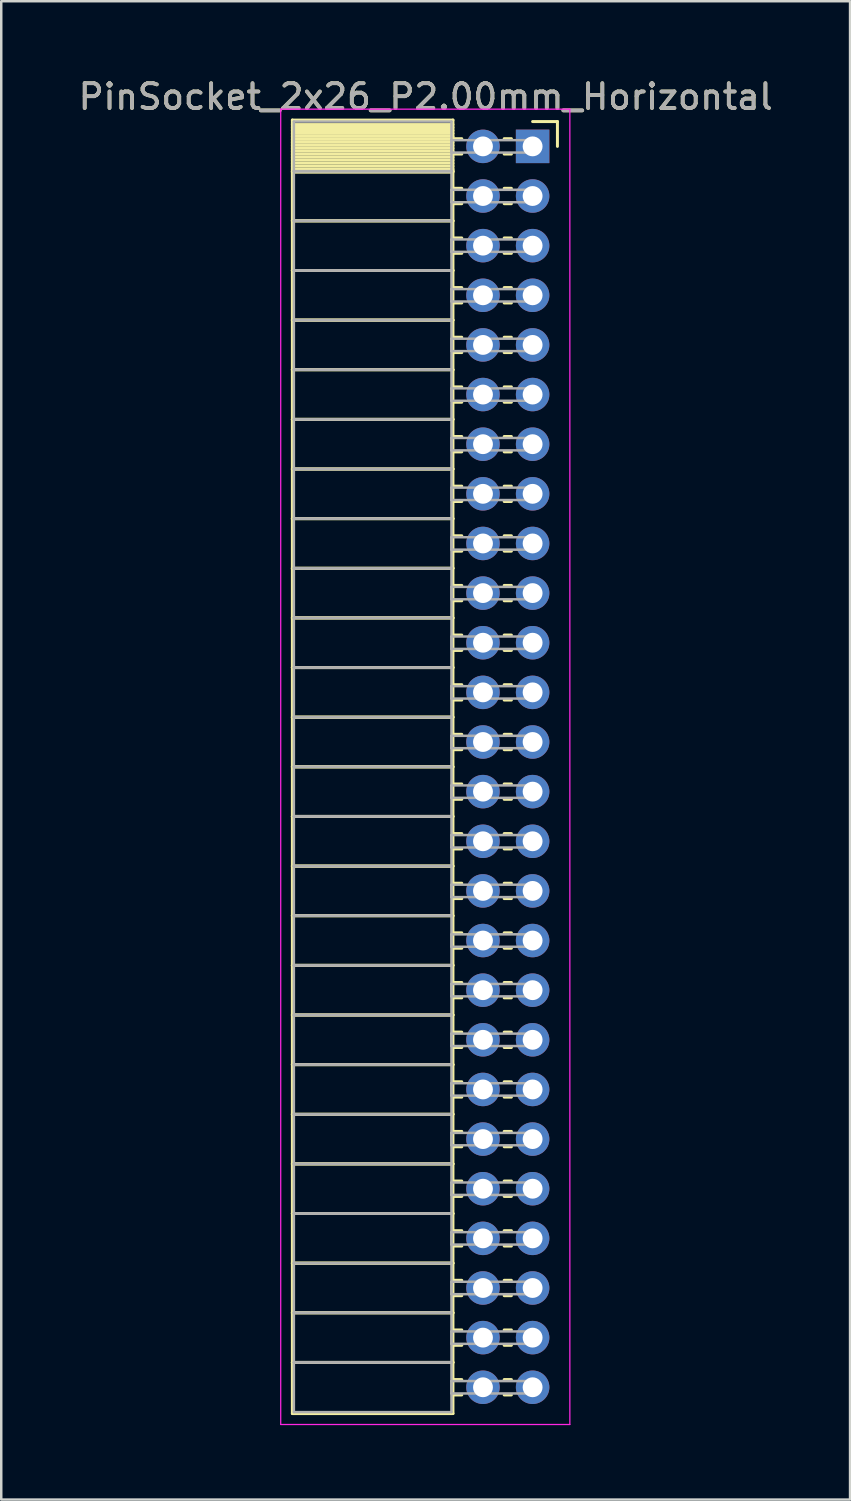
<source format=kicad_pcb>
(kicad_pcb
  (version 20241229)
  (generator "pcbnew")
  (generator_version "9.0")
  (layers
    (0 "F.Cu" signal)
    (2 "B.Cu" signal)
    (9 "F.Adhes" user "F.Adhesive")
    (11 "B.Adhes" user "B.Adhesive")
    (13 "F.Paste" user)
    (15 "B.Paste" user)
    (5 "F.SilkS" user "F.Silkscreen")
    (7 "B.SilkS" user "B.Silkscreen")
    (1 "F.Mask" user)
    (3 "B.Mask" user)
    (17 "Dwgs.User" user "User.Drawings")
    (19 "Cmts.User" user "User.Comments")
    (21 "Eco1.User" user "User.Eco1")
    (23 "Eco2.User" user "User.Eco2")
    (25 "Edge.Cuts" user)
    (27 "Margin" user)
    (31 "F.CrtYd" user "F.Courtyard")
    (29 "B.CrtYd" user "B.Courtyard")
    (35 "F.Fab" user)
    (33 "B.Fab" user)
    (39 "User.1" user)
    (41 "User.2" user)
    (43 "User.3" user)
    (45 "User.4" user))
  (footprint "PinSocket_2x26_P2.00mm_Horizontal"
    (layer "F.Cu")
    (at 18.411 2.848)
    (property "Reference" "PinSocket_2x26_P2.00mm_Horizontal" (at -4.31 -2 0) (layer "F.SilkS") (effects (font (size 1 1) (thickness 0.15))))
    (attr through_hole)
    (fp_line (start -9.68 -1.06) (end -3.21 -1.06) (stroke (width 0.12) (type solid)) (layer "F.SilkS"))
    (fp_line (start -9.68 1) (end -9.68 -1.06) (stroke (width 0.12) (type solid)) (layer "F.SilkS"))
    (fp_line (start -9.68 1) (end -3.21 1) (stroke (width 0.12) (type solid)) (layer "F.SilkS"))
    (fp_line (start -9.68 3) (end -9.68 1) (stroke (width 0.12) (type solid)) (layer "F.SilkS"))
    (fp_line (start -9.68 3) (end -3.21 3) (stroke (width 0.12) (type solid)) (layer "F.SilkS"))
    (fp_line (start -9.68 5) (end -9.68 3) (stroke (width 0.12) (type solid)) (layer "F.SilkS"))
    (fp_line (start -9.68 5) (end -3.21 5) (stroke (width 0.12) (type solid)) (layer "F.SilkS"))
    (fp_line (start -9.68 7) (end -9.68 5) (stroke (width 0.12) (type solid)) (layer "F.SilkS"))
    (fp_line (start -9.68 7) (end -3.21 7) (stroke (width 0.12) (type solid)) (layer "F.SilkS"))
    (fp_line (start -9.68 9) (end -9.68 7) (stroke (width 0.12) (type solid)) (layer "F.SilkS"))
    (fp_line (start -9.68 9) (end -3.21 9) (stroke (width 0.12) (type solid)) (layer "F.SilkS"))
    (fp_line (start -9.68 11) (end -9.68 9) (stroke (width 0.12) (type solid)) (layer "F.SilkS"))
    (fp_line (start -9.68 11) (end -3.21 11) (stroke (width 0.12) (type solid)) (layer "F.SilkS"))
    (fp_line (start -9.68 13) (end -9.68 11) (stroke (width 0.12) (type solid)) (layer "F.SilkS"))
    (fp_line (start -9.68 13) (end -3.21 13) (stroke (width 0.12) (type solid)) (layer "F.SilkS"))
    (fp_line (start -9.68 15) (end -9.68 13) (stroke (width 0.12) (type solid)) (layer "F.SilkS"))
    (fp_line (start -9.68 15) (end -3.21 15) (stroke (width 0.12) (type solid)) (layer "F.SilkS"))
    (fp_line (start -9.68 17) (end -9.68 15) (stroke (width 0.12) (type solid)) (layer "F.SilkS"))
    (fp_line (start -9.68 17) (end -3.21 17) (stroke (width 0.12) (type solid)) (layer "F.SilkS"))
    (fp_line (start -9.68 19) (end -9.68 17) (stroke (width 0.12) (type solid)) (layer "F.SilkS"))
    (fp_line (start -9.68 19) (end -3.21 19) (stroke (width 0.12) (type solid)) (layer "F.SilkS"))
    (fp_line (start -9.68 21) (end -9.68 19) (stroke (width 0.12) (type solid)) (layer "F.SilkS"))
    (fp_line (start -9.68 21) (end -3.21 21) (stroke (width 0.12) (type solid)) (layer "F.SilkS"))
    (fp_line (start -9.68 23) (end -9.68 21) (stroke (width 0.12) (type solid)) (layer "F.SilkS"))
    (fp_line (start -9.68 23) (end -3.21 23) (stroke (width 0.12) (type solid)) (layer "F.SilkS"))
    (fp_line (start -9.68 25) (end -9.68 23) (stroke (width 0.12) (type solid)) (layer "F.SilkS"))
    (fp_line (start -9.68 25) (end -3.21 25) (stroke (width 0.12) (type solid)) (layer "F.SilkS"))
    (fp_line (start -9.68 27) (end -9.68 25) (stroke (width 0.12) (type solid)) (layer "F.SilkS"))
    (fp_line (start -9.68 27) (end -3.21 27) (stroke (width 0.12) (type solid)) (layer "F.SilkS"))
    (fp_line (start -9.68 29) (end -9.68 27) (stroke (width 0.12) (type solid)) (layer "F.SilkS"))
    (fp_line (start -9.68 29) (end -3.21 29) (stroke (width 0.12) (type solid)) (layer "F.SilkS"))
    (fp_line (start -9.68 31) (end -9.68 29) (stroke (width 0.12) (type solid)) (layer "F.SilkS"))
    (fp_line (start -9.68 31) (end -3.21 31) (stroke (width 0.12) (type solid)) (layer "F.SilkS"))
    (fp_line (start -9.68 33) (end -9.68 31) (stroke (width 0.12) (type solid)) (layer "F.SilkS"))
    (fp_line (start -9.68 33) (end -3.21 33) (stroke (width 0.12) (type solid)) (layer "F.SilkS"))
    (fp_line (start -9.68 35) (end -9.68 33) (stroke (width 0.12) (type solid)) (layer "F.SilkS"))
    (fp_line (start -9.68 35) (end -3.21 35) (stroke (width 0.12) (type solid)) (layer "F.SilkS"))
    (fp_line (start -9.68 37) (end -9.68 35) (stroke (width 0.12) (type solid)) (layer "F.SilkS"))
    (fp_line (start -9.68 37) (end -3.21 37) (stroke (width 0.12) (type solid)) (layer "F.SilkS"))
    (fp_line (start -9.68 39) (end -9.68 37) (stroke (width 0.12) (type solid)) (layer "F.SilkS"))
    (fp_line (start -9.68 39) (end -3.21 39) (stroke (width 0.12) (type solid)) (layer "F.SilkS"))
    (fp_line (start -9.68 41) (end -9.68 39) (stroke (width 0.12) (type solid)) (layer "F.SilkS"))
    (fp_line (start -9.68 41) (end -3.21 41) (stroke (width 0.12) (type solid)) (layer "F.SilkS"))
    (fp_line (start -9.68 43) (end -9.68 41) (stroke (width 0.12) (type solid)) (layer "F.SilkS"))
    (fp_line (start -9.68 43) (end -3.21 43) (stroke (width 0.12) (type solid)) (layer "F.SilkS"))
    (fp_line (start -9.68 45) (end -9.68 43) (stroke (width 0.12) (type solid)) (layer "F.SilkS"))
    (fp_line (start -9.68 45) (end -3.21 45) (stroke (width 0.12) (type solid)) (layer "F.SilkS"))
    (fp_line (start -9.68 47) (end -9.68 45) (stroke (width 0.12) (type solid)) (layer "F.SilkS"))
    (fp_line (start -9.68 47) (end -3.21 47) (stroke (width 0.12) (type solid)) (layer "F.SilkS"))
    (fp_line (start -9.68 49) (end -9.68 47) (stroke (width 0.12) (type solid)) (layer "F.SilkS"))
    (fp_line (start -9.68 49) (end -3.21 49) (stroke (width 0.12) (type solid)) (layer "F.SilkS"))
    (fp_line (start -9.68 51.06) (end -9.68 49) (stroke (width 0.12) (type solid)) (layer "F.SilkS"))
    (fp_line (start -3.21 -1.06) (end -3.21 1) (stroke (width 0.12) (type solid)) (layer "F.SilkS"))
    (fp_line (start -3.21 -0.88) (end -9.68 -0.88) (stroke (width 0.12) (type solid)) (layer "F.SilkS"))
    (fp_line (start -3.21 -0.76) (end -9.68 -0.76) (stroke (width 0.12) (type solid)) (layer "F.SilkS"))
    (fp_line (start -3.21 -0.64) (end -9.68 -0.64) (stroke (width 0.12) (type solid)) (layer "F.SilkS"))
    (fp_line (start -3.21 -0.52) (end -9.68 -0.52) (stroke (width 0.12) (type solid)) (layer "F.SilkS"))
    (fp_line (start -3.21 -0.4) (end -9.68 -0.4) (stroke (width 0.12) (type solid)) (layer "F.SilkS"))
    (fp_line (start -3.21 -0.28) (end -9.68 -0.28) (stroke (width 0.12) (type solid)) (layer "F.SilkS"))
    (fp_line (start -3.21 -0.16) (end -9.68 -0.16) (stroke (width 0.12) (type solid)) (layer "F.SilkS"))
    (fp_line (start -3.21 -0.04) (end -9.68 -0.04) (stroke (width 0.12) (type solid)) (layer "F.SilkS"))
    (fp_line (start -3.21 0.08) (end -9.68 0.08) (stroke (width 0.12) (type solid)) (layer "F.SilkS"))
    (fp_line (start -3.21 0.2) (end -9.68 0.2) (stroke (width 0.12) (type solid)) (layer "F.SilkS"))
    (fp_line (start -3.21 0.32) (end -9.68 0.32) (stroke (width 0.12) (type solid)) (layer "F.SilkS"))
    (fp_line (start -3.21 0.44) (end -9.68 0.44) (stroke (width 0.12) (type solid)) (layer "F.SilkS"))
    (fp_line (start -3.21 0.56) (end -9.68 0.56) (stroke (width 0.12) (type solid)) (layer "F.SilkS"))
    (fp_line (start -3.21 0.68) (end -9.68 0.68) (stroke (width 0.12) (type solid)) (layer "F.SilkS"))
    (fp_line (start -3.21 0.8) (end -9.68 0.8) (stroke (width 0.12) (type solid)) (layer "F.SilkS"))
    (fp_line (start -3.21 0.92) (end -9.68 0.92) (stroke (width 0.12) (type solid)) (layer "F.SilkS"))
    (fp_line (start -3.21 1) (end -9.68 1) (stroke (width 0.12) (type solid)) (layer "F.SilkS"))
    (fp_line (start -3.21 1) (end -3.21 3) (stroke (width 0.12) (type solid)) (layer "F.SilkS"))
    (fp_line (start -3.21 1.04) (end -9.68 1.04) (stroke (width 0.12) (type solid)) (layer "F.SilkS"))
    (fp_line (start -3.21 3) (end -9.68 3) (stroke (width 0.12) (type solid)) (layer "F.SilkS"))
    (fp_line (start -3.21 3) (end -3.21 5) (stroke (width 0.12) (type solid)) (layer "F.SilkS"))
    (fp_line (start -3.21 5) (end -9.68 5) (stroke (width 0.12) (type solid)) (layer "F.SilkS"))
    (fp_line (start -3.21 5) (end -3.21 7) (stroke (width 0.12) (type solid)) (layer "F.SilkS"))
    (fp_line (start -3.21 7) (end -9.68 7) (stroke (width 0.12) (type solid)) (layer "F.SilkS"))
    (fp_line (start -3.21 7) (end -3.21 9) (stroke (width 0.12) (type solid)) (layer "F.SilkS"))
    (fp_line (start -3.21 9) (end -9.68 9) (stroke (width 0.12) (type solid)) (layer "F.SilkS"))
    (fp_line (start -3.21 9) (end -3.21 11) (stroke (width 0.12) (type solid)) (layer "F.SilkS"))
    (fp_line (start -3.21 11) (end -9.68 11) (stroke (width 0.12) (type solid)) (layer "F.SilkS"))
    (fp_line (start -3.21 11) (end -3.21 13) (stroke (width 0.12) (type solid)) (layer "F.SilkS"))
    (fp_line (start -3.21 13) (end -9.68 13) (stroke (width 0.12) (type solid)) (layer "F.SilkS"))
    (fp_line (start -3.21 13) (end -3.21 15) (stroke (width 0.12) (type solid)) (layer "F.SilkS"))
    (fp_line (start -3.21 15) (end -9.68 15) (stroke (width 0.12) (type solid)) (layer "F.SilkS"))
    (fp_line (start -3.21 15) (end -3.21 17) (stroke (width 0.12) (type solid)) (layer "F.SilkS"))
    (fp_line (start -3.21 17) (end -9.68 17) (stroke (width 0.12) (type solid)) (layer "F.SilkS"))
    (fp_line (start -3.21 17) (end -3.21 19) (stroke (width 0.12) (type solid)) (layer "F.SilkS"))
    (fp_line (start -3.21 19) (end -9.68 19) (stroke (width 0.12) (type solid)) (layer "F.SilkS"))
    (fp_line (start -3.21 19) (end -3.21 21) (stroke (width 0.12) (type solid)) (layer "F.SilkS"))
    (fp_line (start -3.21 21) (end -9.68 21) (stroke (width 0.12) (type solid)) (layer "F.SilkS"))
    (fp_line (start -3.21 21) (end -3.21 23) (stroke (width 0.12) (type solid)) (layer "F.SilkS"))
    (fp_line (start -3.21 23) (end -9.68 23) (stroke (width 0.12) (type solid)) (layer "F.SilkS"))
    (fp_line (start -3.21 23) (end -3.21 25) (stroke (width 0.12) (type solid)) (layer "F.SilkS"))
    (fp_line (start -3.21 25) (end -9.68 25) (stroke (width 0.12) (type solid)) (layer "F.SilkS"))
    (fp_line (start -3.21 25) (end -3.21 27) (stroke (width 0.12) (type solid)) (layer "F.SilkS"))
    (fp_line (start -3.21 27) (end -9.68 27) (stroke (width 0.12) (type solid)) (layer "F.SilkS"))
    (fp_line (start -3.21 27) (end -3.21 29) (stroke (width 0.12) (type solid)) (layer "F.SilkS"))
    (fp_line (start -3.21 29) (end -9.68 29) (stroke (width 0.12) (type solid)) (layer "F.SilkS"))
    (fp_line (start -3.21 29) (end -3.21 31) (stroke (width 0.12) (type solid)) (layer "F.SilkS"))
    (fp_line (start -3.21 31) (end -9.68 31) (stroke (width 0.12) (type solid)) (layer "F.SilkS"))
    (fp_line (start -3.21 31) (end -3.21 33) (stroke (width 0.12) (type solid)) (layer "F.SilkS"))
    (fp_line (start -3.21 33) (end -9.68 33) (stroke (width 0.12) (type solid)) (layer "F.SilkS"))
    (fp_line (start -3.21 33) (end -3.21 35) (stroke (width 0.12) (type solid)) (layer "F.SilkS"))
    (fp_line (start -3.21 35) (end -9.68 35) (stroke (width 0.12) (type solid)) (layer "F.SilkS"))
    (fp_line (start -3.21 35) (end -3.21 37) (stroke (width 0.12) (type solid)) (layer "F.SilkS"))
    (fp_line (start -3.21 37) (end -9.68 37) (stroke (width 0.12) (type solid)) (layer "F.SilkS"))
    (fp_line (start -3.21 37) (end -3.21 39) (stroke (width 0.12) (type solid)) (layer "F.SilkS"))
    (fp_line (start -3.21 39) (end -9.68 39) (stroke (width 0.12) (type solid)) (layer "F.SilkS"))
    (fp_line (start -3.21 39) (end -3.21 41) (stroke (width 0.12) (type solid)) (layer "F.SilkS"))
    (fp_line (start -3.21 41) (end -9.68 41) (stroke (width 0.12) (type solid)) (layer "F.SilkS"))
    (fp_line (start -3.21 41) (end -3.21 43) (stroke (width 0.12) (type solid)) (layer "F.SilkS"))
    (fp_line (start -3.21 43) (end -9.68 43) (stroke (width 0.12) (type solid)) (layer "F.SilkS"))
    (fp_line (start -3.21 43) (end -3.21 45) (stroke (width 0.12) (type solid)) (layer "F.SilkS"))
    (fp_line (start -3.21 45) (end -9.68 45) (stroke (width 0.12) (type solid)) (layer "F.SilkS"))
    (fp_line (start -3.21 45) (end -3.21 47) (stroke (width 0.12) (type solid)) (layer "F.SilkS"))
    (fp_line (start -3.21 47) (end -9.68 47) (stroke (width 0.12) (type solid)) (layer "F.SilkS"))
    (fp_line (start -3.21 47) (end -3.21 49) (stroke (width 0.12) (type solid)) (layer "F.SilkS"))
    (fp_line (start -3.21 49) (end -9.68 49) (stroke (width 0.12) (type solid)) (layer "F.SilkS"))
    (fp_line (start -3.21 49) (end -3.21 51.06) (stroke (width 0.12) (type solid)) (layer "F.SilkS"))
    (fp_line (start -3.21 51.06) (end -9.68 51.06) (stroke (width 0.12) (type solid)) (layer "F.SilkS"))
    (fp_line (start -2.855 -0.31) (end -3.21 -0.31) (stroke (width 0.12) (type solid)) (layer "F.SilkS"))
    (fp_line (start -2.855 0.31) (end -3.21 0.31) (stroke (width 0.12) (type solid)) (layer "F.SilkS"))
    (fp_line (start -2.855 1.69) (end -3.21 1.69) (stroke (width 0.12) (type solid)) (layer "F.SilkS"))
    (fp_line (start -2.855 2.31) (end -3.21 2.31) (stroke (width 0.12) (type solid)) (layer "F.SilkS"))
    (fp_line (start -2.855 3.69) (end -3.21 3.69) (stroke (width 0.12) (type solid)) (layer "F.SilkS"))
    (fp_line (start -2.855 4.31) (end -3.21 4.31) (stroke (width 0.12) (type solid)) (layer "F.SilkS"))
    (fp_line (start -2.855 5.69) (end -3.21 5.69) (stroke (width 0.12) (type solid)) (layer "F.SilkS"))
    (fp_line (start -2.855 6.31) (end -3.21 6.31) (stroke (width 0.12) (type solid)) (layer "F.SilkS"))
    (fp_line (start -2.855 7.69) (end -3.21 7.69) (stroke (width 0.12) (type solid)) (layer "F.SilkS"))
    (fp_line (start -2.855 8.31) (end -3.21 8.31) (stroke (width 0.12) (type solid)) (layer "F.SilkS"))
    (fp_line (start -2.855 9.69) (end -3.21 9.69) (stroke (width 0.12) (type solid)) (layer "F.SilkS"))
    (fp_line (start -2.855 10.31) (end -3.21 10.31) (stroke (width 0.12) (type solid)) (layer "F.SilkS"))
    (fp_line (start -2.855 11.69) (end -3.21 11.69) (stroke (width 0.12) (type solid)) (layer "F.SilkS"))
    (fp_line (start -2.855 12.31) (end -3.21 12.31) (stroke (width 0.12) (type solid)) (layer "F.SilkS"))
    (fp_line (start -2.855 13.69) (end -3.21 13.69) (stroke (width 0.12) (type solid)) (layer "F.SilkS"))
    (fp_line (start -2.855 14.31) (end -3.21 14.31) (stroke (width 0.12) (type solid)) (layer "F.SilkS"))
    (fp_line (start -2.855 15.69) (end -3.21 15.69) (stroke (width 0.12) (type solid)) (layer "F.SilkS"))
    (fp_line (start -2.855 16.31) (end -3.21 16.31) (stroke (width 0.12) (type solid)) (layer "F.SilkS"))
    (fp_line (start -2.855 17.69) (end -3.21 17.69) (stroke (width 0.12) (type solid)) (layer "F.SilkS"))
    (fp_line (start -2.855 18.31) (end -3.21 18.31) (stroke (width 0.12) (type solid)) (layer "F.SilkS"))
    (fp_line (start -2.855 19.69) (end -3.21 19.69) (stroke (width 0.12) (type solid)) (layer "F.SilkS"))
    (fp_line (start -2.855 20.31) (end -3.21 20.31) (stroke (width 0.12) (type solid)) (layer "F.SilkS"))
    (fp_line (start -2.855 21.69) (end -3.21 21.69) (stroke (width 0.12) (type solid)) (layer "F.SilkS"))
    (fp_line (start -2.855 22.31) (end -3.21 22.31) (stroke (width 0.12) (type solid)) (layer "F.SilkS"))
    (fp_line (start -2.855 23.69) (end -3.21 23.69) (stroke (width 0.12) (type solid)) (layer "F.SilkS"))
    (fp_line (start -2.855 24.31) (end -3.21 24.31) (stroke (width 0.12) (type solid)) (layer "F.SilkS"))
    (fp_line (start -2.855 25.69) (end -3.21 25.69) (stroke (width 0.12) (type solid)) (layer "F.SilkS"))
    (fp_line (start -2.855 26.31) (end -3.21 26.31) (stroke (width 0.12) (type solid)) (layer "F.SilkS"))
    (fp_line (start -2.855 27.69) (end -3.21 27.69) (stroke (width 0.12) (type solid)) (layer "F.SilkS"))
    (fp_line (start -2.855 28.31) (end -3.21 28.31) (stroke (width 0.12) (type solid)) (layer "F.SilkS"))
    (fp_line (start -2.855 29.69) (end -3.21 29.69) (stroke (width 0.12) (type solid)) (layer "F.SilkS"))
    (fp_line (start -2.855 30.31) (end -3.21 30.31) (stroke (width 0.12) (type solid)) (layer "F.SilkS"))
    (fp_line (start -2.855 31.69) (end -3.21 31.69) (stroke (width 0.12) (type solid)) (layer "F.SilkS"))
    (fp_line (start -2.855 32.31) (end -3.21 32.31) (stroke (width 0.12) (type solid)) (layer "F.SilkS"))
    (fp_line (start -2.855 33.69) (end -3.21 33.69) (stroke (width 0.12) (type solid)) (layer "F.SilkS"))
    (fp_line (start -2.855 34.31) (end -3.21 34.31) (stroke (width 0.12) (type solid)) (layer "F.SilkS"))
    (fp_line (start -2.855 35.69) (end -3.21 35.69) (stroke (width 0.12) (type solid)) (layer "F.SilkS"))
    (fp_line (start -2.855 36.31) (end -3.21 36.31) (stroke (width 0.12) (type solid)) (layer "F.SilkS"))
    (fp_line (start -2.855 37.69) (end -3.21 37.69) (stroke (width 0.12) (type solid)) (layer "F.SilkS"))
    (fp_line (start -2.855 38.31) (end -3.21 38.31) (stroke (width 0.12) (type solid)) (layer "F.SilkS"))
    (fp_line (start -2.855 39.69) (end -3.21 39.69) (stroke (width 0.12) (type solid)) (layer "F.SilkS"))
    (fp_line (start -2.855 40.31) (end -3.21 40.31) (stroke (width 0.12) (type solid)) (layer "F.SilkS"))
    (fp_line (start -2.855 41.69) (end -3.21 41.69) (stroke (width 0.12) (type solid)) (layer "F.SilkS"))
    (fp_line (start -2.855 42.31) (end -3.21 42.31) (stroke (width 0.12) (type solid)) (layer "F.SilkS"))
    (fp_line (start -2.855 43.69) (end -3.21 43.69) (stroke (width 0.12) (type solid)) (layer "F.SilkS"))
    (fp_line (start -2.855 44.31) (end -3.21 44.31) (stroke (width 0.12) (type solid)) (layer "F.SilkS"))
    (fp_line (start -2.855 45.69) (end -3.21 45.69) (stroke (width 0.12) (type solid)) (layer "F.SilkS"))
    (fp_line (start -2.855 46.31) (end -3.21 46.31) (stroke (width 0.12) (type solid)) (layer "F.SilkS"))
    (fp_line (start -2.855 47.69) (end -3.21 47.69) (stroke (width 0.12) (type solid)) (layer "F.SilkS"))
    (fp_line (start -2.855 48.31) (end -3.21 48.31) (stroke (width 0.12) (type solid)) (layer "F.SilkS"))
    (fp_line (start -2.855 49.69) (end -3.21 49.69) (stroke (width 0.12) (type solid)) (layer "F.SilkS"))
    (fp_line (start -2.855 50.31) (end -3.21 50.31) (stroke (width 0.12) (type solid)) (layer "F.SilkS"))
    (fp_line (start -0.855 -0.31) (end -1.145 -0.31) (stroke (width 0.12) (type solid)) (layer "F.SilkS"))
    (fp_line (start -0.855 0.31) (end -1.145 0.31) (stroke (width 0.12) (type solid)) (layer "F.SilkS"))
    (fp_line (start -0.855 1.69) (end -1.145 1.69) (stroke (width 0.12) (type solid)) (layer "F.SilkS"))
    (fp_line (start -0.855 2.31) (end -1.145 2.31) (stroke (width 0.12) (type solid)) (layer "F.SilkS"))
    (fp_line (start -0.855 3.69) (end -1.145 3.69) (stroke (width 0.12) (type solid)) (layer "F.SilkS"))
    (fp_line (start -0.855 4.31) (end -1.145 4.31) (stroke (width 0.12) (type solid)) (layer "F.SilkS"))
    (fp_line (start -0.855 5.69) (end -1.145 5.69) (stroke (width 0.12) (type solid)) (layer "F.SilkS"))
    (fp_line (start -0.855 6.31) (end -1.145 6.31) (stroke (width 0.12) (type solid)) (layer "F.SilkS"))
    (fp_line (start -0.855 7.69) (end -1.145 7.69) (stroke (width 0.12) (type solid)) (layer "F.SilkS"))
    (fp_line (start -0.855 8.31) (end -1.145 8.31) (stroke (width 0.12) (type solid)) (layer "F.SilkS"))
    (fp_line (start -0.855 9.69) (end -1.145 9.69) (stroke (width 0.12) (type solid)) (layer "F.SilkS"))
    (fp_line (start -0.855 10.31) (end -1.145 10.31) (stroke (width 0.12) (type solid)) (layer "F.SilkS"))
    (fp_line (start -0.855 11.69) (end -1.145 11.69) (stroke (width 0.12) (type solid)) (layer "F.SilkS"))
    (fp_line (start -0.855 12.31) (end -1.145 12.31) (stroke (width 0.12) (type solid)) (layer "F.SilkS"))
    (fp_line (start -0.855 13.69) (end -1.145 13.69) (stroke (width 0.12) (type solid)) (layer "F.SilkS"))
    (fp_line (start -0.855 14.31) (end -1.145 14.31) (stroke (width 0.12) (type solid)) (layer "F.SilkS"))
    (fp_line (start -0.855 15.69) (end -1.145 15.69) (stroke (width 0.12) (type solid)) (layer "F.SilkS"))
    (fp_line (start -0.855 16.31) (end -1.145 16.31) (stroke (width 0.12) (type solid)) (layer "F.SilkS"))
    (fp_line (start -0.855 17.69) (end -1.145 17.69) (stroke (width 0.12) (type solid)) (layer "F.SilkS"))
    (fp_line (start -0.855 18.31) (end -1.145 18.31) (stroke (width 0.12) (type solid)) (layer "F.SilkS"))
    (fp_line (start -0.855 19.69) (end -1.145 19.69) (stroke (width 0.12) (type solid)) (layer "F.SilkS"))
    (fp_line (start -0.855 20.31) (end -1.145 20.31) (stroke (width 0.12) (type solid)) (layer "F.SilkS"))
    (fp_line (start -0.855 21.69) (end -1.145 21.69) (stroke (width 0.12) (type solid)) (layer "F.SilkS"))
    (fp_line (start -0.855 22.31) (end -1.145 22.31) (stroke (width 0.12) (type solid)) (layer "F.SilkS"))
    (fp_line (start -0.855 23.69) (end -1.145 23.69) (stroke (width 0.12) (type solid)) (layer "F.SilkS"))
    (fp_line (start -0.855 24.31) (end -1.145 24.31) (stroke (width 0.12) (type solid)) (layer "F.SilkS"))
    (fp_line (start -0.855 25.69) (end -1.145 25.69) (stroke (width 0.12) (type solid)) (layer "F.SilkS"))
    (fp_line (start -0.855 26.31) (end -1.145 26.31) (stroke (width 0.12) (type solid)) (layer "F.SilkS"))
    (fp_line (start -0.855 27.69) (end -1.145 27.69) (stroke (width 0.12) (type solid)) (layer "F.SilkS"))
    (fp_line (start -0.855 28.31) (end -1.145 28.31) (stroke (width 0.12) (type solid)) (layer "F.SilkS"))
    (fp_line (start -0.855 29.69) (end -1.145 29.69) (stroke (width 0.12) (type solid)) (layer "F.SilkS"))
    (fp_line (start -0.855 30.31) (end -1.145 30.31) (stroke (width 0.12) (type solid)) (layer "F.SilkS"))
    (fp_line (start -0.855 31.69) (end -1.145 31.69) (stroke (width 0.12) (type solid)) (layer "F.SilkS"))
    (fp_line (start -0.855 32.31) (end -1.145 32.31) (stroke (width 0.12) (type solid)) (layer "F.SilkS"))
    (fp_line (start -0.855 33.69) (end -1.145 33.69) (stroke (width 0.12) (type solid)) (layer "F.SilkS"))
    (fp_line (start -0.855 34.31) (end -1.145 34.31) (stroke (width 0.12) (type solid)) (layer "F.SilkS"))
    (fp_line (start -0.855 35.69) (end -1.145 35.69) (stroke (width 0.12) (type solid)) (layer "F.SilkS"))
    (fp_line (start -0.855 36.31) (end -1.145 36.31) (stroke (width 0.12) (type solid)) (layer "F.SilkS"))
    (fp_line (start -0.855 37.69) (end -1.145 37.69) (stroke (width 0.12) (type solid)) (layer "F.SilkS"))
    (fp_line (start -0.855 38.31) (end -1.145 38.31) (stroke (width 0.12) (type solid)) (layer "F.SilkS"))
    (fp_line (start -0.855 39.69) (end -1.145 39.69) (stroke (width 0.12) (type solid)) (layer "F.SilkS"))
    (fp_line (start -0.855 40.31) (end -1.145 40.31) (stroke (width 0.12) (type solid)) (layer "F.SilkS"))
    (fp_line (start -0.855 41.69) (end -1.145 41.69) (stroke (width 0.12) (type solid)) (layer "F.SilkS"))
    (fp_line (start -0.855 42.31) (end -1.145 42.31) (stroke (width 0.12) (type solid)) (layer "F.SilkS"))
    (fp_line (start -0.855 43.69) (end -1.145 43.69) (stroke (width 0.12) (type solid)) (layer "F.SilkS"))
    (fp_line (start -0.855 44.31) (end -1.145 44.31) (stroke (width 0.12) (type solid)) (layer "F.SilkS"))
    (fp_line (start -0.855 45.69) (end -1.145 45.69) (stroke (width 0.12) (type solid)) (layer "F.SilkS"))
    (fp_line (start -0.855 46.31) (end -1.145 46.31) (stroke (width 0.12) (type solid)) (layer "F.SilkS"))
    (fp_line (start -0.855 47.69) (end -1.145 47.69) (stroke (width 0.12) (type solid)) (layer "F.SilkS"))
    (fp_line (start -0.855 48.31) (end -1.145 48.31) (stroke (width 0.12) (type solid)) (layer "F.SilkS"))
    (fp_line (start -0.855 49.69) (end -1.145 49.69) (stroke (width 0.12) (type solid)) (layer "F.SilkS"))
    (fp_line (start -0.855 50.31) (end -1.145 50.31) (stroke (width 0.12) (type solid)) (layer "F.SilkS"))
    (fp_line (start 0 -1) (end 1 -1) (stroke (width 0.12) (type solid)) (layer "F.SilkS"))
    (fp_line (start 1 -1) (end 1 0) (stroke (width 0.12) (type solid)) (layer "F.SilkS"))
    (fp_line (start -10.15 -1.5) (end 1.5 -1.5) (stroke (width 0.05) (type solid)) (layer "F.CrtYd"))
    (fp_line (start -10.15 51.5) (end -10.15 -1.5) (stroke (width 0.05) (type solid)) (layer "F.CrtYd"))
    (fp_line (start 1.5 -1.5) (end 1.5 51.5) (stroke (width 0.05) (type solid)) (layer "F.CrtYd"))
    (fp_line (start 1.5 51.5) (end -10.15 51.5) (stroke (width 0.05) (type solid)) (layer "F.CrtYd"))
    (fp_line (start -9.62 -1) (end -3.27 -1) (stroke (width 0.1) (type solid)) (layer "F.Fab"))
    (fp_line (start -9.62 1) (end -9.62 -1) (stroke (width 0.1) (type solid)) (layer "F.Fab"))
    (fp_line (start -9.62 1) (end -3.27 1) (stroke (width 0.1) (type solid)) (layer "F.Fab"))
    (fp_line (start -9.62 3) (end -9.62 1) (stroke (width 0.1) (type solid)) (layer "F.Fab"))
    (fp_line (start -9.62 3) (end -3.27 3) (stroke (width 0.1) (type solid)) (layer "F.Fab"))
    (fp_line (start -9.62 5) (end -9.62 3) (stroke (width 0.1) (type solid)) (layer "F.Fab"))
    (fp_line (start -9.62 5) (end -3.27 5) (stroke (width 0.1) (type solid)) (layer "F.Fab"))
    (fp_line (start -9.62 7) (end -9.62 5) (stroke (width 0.1) (type solid)) (layer "F.Fab"))
    (fp_line (start -9.62 7) (end -3.27 7) (stroke (width 0.1) (type solid)) (layer "F.Fab"))
    (fp_line (start -9.62 9) (end -9.62 7) (stroke (width 0.1) (type solid)) (layer "F.Fab"))
    (fp_line (start -9.62 9) (end -3.27 9) (stroke (width 0.1) (type solid)) (layer "F.Fab"))
    (fp_line (start -9.62 11) (end -9.62 9) (stroke (width 0.1) (type solid)) (layer "F.Fab"))
    (fp_line (start -9.62 11) (end -3.27 11) (stroke (width 0.1) (type solid)) (layer "F.Fab"))
    (fp_line (start -9.62 13) (end -9.62 11) (stroke (width 0.1) (type solid)) (layer "F.Fab"))
    (fp_line (start -9.62 13) (end -3.27 13) (stroke (width 0.1) (type solid)) (layer "F.Fab"))
    (fp_line (start -9.62 15) (end -9.62 13) (stroke (width 0.1) (type solid)) (layer "F.Fab"))
    (fp_line (start -9.62 15) (end -3.27 15) (stroke (width 0.1) (type solid)) (layer "F.Fab"))
    (fp_line (start -9.62 17) (end -9.62 15) (stroke (width 0.1) (type solid)) (layer "F.Fab"))
    (fp_line (start -9.62 17) (end -3.27 17) (stroke (width 0.1) (type solid)) (layer "F.Fab"))
    (fp_line (start -9.62 19) (end -9.62 17) (stroke (width 0.1) (type solid)) (layer "F.Fab"))
    (fp_line (start -9.62 19) (end -3.27 19) (stroke (width 0.1) (type solid)) (layer "F.Fab"))
    (fp_line (start -9.62 21) (end -9.62 19) (stroke (width 0.1) (type solid)) (layer "F.Fab"))
    (fp_line (start -9.62 21) (end -3.27 21) (stroke (width 0.1) (type solid)) (layer "F.Fab"))
    (fp_line (start -9.62 23) (end -9.62 21) (stroke (width 0.1) (type solid)) (layer "F.Fab"))
    (fp_line (start -9.62 23) (end -3.27 23) (stroke (width 0.1) (type solid)) (layer "F.Fab"))
    (fp_line (start -9.62 25) (end -9.62 23) (stroke (width 0.1) (type solid)) (layer "F.Fab"))
    (fp_line (start -9.62 25) (end -3.27 25) (stroke (width 0.1) (type solid)) (layer "F.Fab"))
    (fp_line (start -9.62 27) (end -9.62 25) (stroke (width 0.1) (type solid)) (layer "F.Fab"))
    (fp_line (start -9.62 27) (end -3.27 27) (stroke (width 0.1) (type solid)) (layer "F.Fab"))
    (fp_line (start -9.62 29) (end -9.62 27) (stroke (width 0.1) (type solid)) (layer "F.Fab"))
    (fp_line (start -9.62 29) (end -3.27 29) (stroke (width 0.1) (type solid)) (layer "F.Fab"))
    (fp_line (start -9.62 31) (end -9.62 29) (stroke (width 0.1) (type solid)) (layer "F.Fab"))
    (fp_line (start -9.62 31) (end -3.27 31) (stroke (width 0.1) (type solid)) (layer "F.Fab"))
    (fp_line (start -9.62 33) (end -9.62 31) (stroke (width 0.1) (type solid)) (layer "F.Fab"))
    (fp_line (start -9.62 33) (end -3.27 33) (stroke (width 0.1) (type solid)) (layer "F.Fab"))
    (fp_line (start -9.62 35) (end -9.62 33) (stroke (width 0.1) (type solid)) (layer "F.Fab"))
    (fp_line (start -9.62 35) (end -3.27 35) (stroke (width 0.1) (type solid)) (layer "F.Fab"))
    (fp_line (start -9.62 37) (end -9.62 35) (stroke (width 0.1) (type solid)) (layer "F.Fab"))
    (fp_line (start -9.62 37) (end -3.27 37) (stroke (width 0.1) (type solid)) (layer "F.Fab"))
    (fp_line (start -9.62 39) (end -9.62 37) (stroke (width 0.1) (type solid)) (layer "F.Fab"))
    (fp_line (start -9.62 39) (end -3.27 39) (stroke (width 0.1) (type solid)) (layer "F.Fab"))
    (fp_line (start -9.62 41) (end -9.62 39) (stroke (width 0.1) (type solid)) (layer "F.Fab"))
    (fp_line (start -9.62 41) (end -3.27 41) (stroke (width 0.1) (type solid)) (layer "F.Fab"))
    (fp_line (start -9.62 43) (end -9.62 41) (stroke (width 0.1) (type solid)) (layer "F.Fab"))
    (fp_line (start -9.62 43) (end -3.27 43) (stroke (width 0.1) (type solid)) (layer "F.Fab"))
    (fp_line (start -9.62 45) (end -9.62 43) (stroke (width 0.1) (type solid)) (layer "F.Fab"))
    (fp_line (start -9.62 45) (end -3.27 45) (stroke (width 0.1) (type solid)) (layer "F.Fab"))
    (fp_line (start -9.62 47) (end -9.62 45) (stroke (width 0.1) (type solid)) (layer "F.Fab"))
    (fp_line (start -9.62 47) (end -3.27 47) (stroke (width 0.1) (type solid)) (layer "F.Fab"))
    (fp_line (start -9.62 49) (end -9.62 47) (stroke (width 0.1) (type solid)) (layer "F.Fab"))
    (fp_line (start -9.62 49) (end -3.27 49) (stroke (width 0.1) (type solid)) (layer "F.Fab"))
    (fp_line (start -9.62 51) (end -9.62 49) (stroke (width 0.1) (type solid)) (layer "F.Fab"))
    (fp_line (start -3.27 -1) (end -3.27 1) (stroke (width 0.1) (type solid)) (layer "F.Fab"))
    (fp_line (start -3.27 -0.25) (end 0 -0.25) (stroke (width 0.1) (type solid)) (layer "F.Fab"))
    (fp_line (start -3.27 0.25) (end -3.27 -0.25) (stroke (width 0.1) (type solid)) (layer "F.Fab"))
    (fp_line (start -3.27 1) (end -9.62 1) (stroke (width 0.1) (type solid)) (layer "F.Fab"))
    (fp_line (start -3.27 1) (end -3.27 3) (stroke (width 0.1) (type solid)) (layer "F.Fab"))
    (fp_line (start -3.27 1.75) (end 0 1.75) (stroke (width 0.1) (type solid)) (layer "F.Fab"))
    (fp_line (start -3.27 2.25) (end -3.27 1.75) (stroke (width 0.1) (type solid)) (layer "F.Fab"))
    (fp_line (start -3.27 3) (end -9.62 3) (stroke (width 0.1) (type solid)) (layer "F.Fab"))
    (fp_line (start -3.27 3) (end -3.27 5) (stroke (width 0.1) (type solid)) (layer "F.Fab"))
    (fp_line (start -3.27 3.75) (end 0 3.75) (stroke (width 0.1) (type solid)) (layer "F.Fab"))
    (fp_line (start -3.27 4.25) (end -3.27 3.75) (stroke (width 0.1) (type solid)) (layer "F.Fab"))
    (fp_line (start -3.27 5) (end -9.62 5) (stroke (width 0.1) (type solid)) (layer "F.Fab"))
    (fp_line (start -3.27 5) (end -3.27 7) (stroke (width 0.1) (type solid)) (layer "F.Fab"))
    (fp_line (start -3.27 5.75) (end 0 5.75) (stroke (width 0.1) (type solid)) (layer "F.Fab"))
    (fp_line (start -3.27 6.25) (end -3.27 5.75) (stroke (width 0.1) (type solid)) (layer "F.Fab"))
    (fp_line (start -3.27 7) (end -9.62 7) (stroke (width 0.1) (type solid)) (layer "F.Fab"))
    (fp_line (start -3.27 7) (end -3.27 9) (stroke (width 0.1) (type solid)) (layer "F.Fab"))
    (fp_line (start -3.27 7.75) (end 0 7.75) (stroke (width 0.1) (type solid)) (layer "F.Fab"))
    (fp_line (start -3.27 8.25) (end -3.27 7.75) (stroke (width 0.1) (type solid)) (layer "F.Fab"))
    (fp_line (start -3.27 9) (end -9.62 9) (stroke (width 0.1) (type solid)) (layer "F.Fab"))
    (fp_line (start -3.27 9) (end -3.27 11) (stroke (width 0.1) (type solid)) (layer "F.Fab"))
    (fp_line (start -3.27 9.75) (end 0 9.75) (stroke (width 0.1) (type solid)) (layer "F.Fab"))
    (fp_line (start -3.27 10.25) (end -3.27 9.75) (stroke (width 0.1) (type solid)) (layer "F.Fab"))
    (fp_line (start -3.27 11) (end -9.62 11) (stroke (width 0.1) (type solid)) (layer "F.Fab"))
    (fp_line (start -3.27 11) (end -3.27 13) (stroke (width 0.1) (type solid)) (layer "F.Fab"))
    (fp_line (start -3.27 11.75) (end 0 11.75) (stroke (width 0.1) (type solid)) (layer "F.Fab"))
    (fp_line (start -3.27 12.25) (end -3.27 11.75) (stroke (width 0.1) (type solid)) (layer "F.Fab"))
    (fp_line (start -3.27 13) (end -9.62 13) (stroke (width 0.1) (type solid)) (layer "F.Fab"))
    (fp_line (start -3.27 13) (end -3.27 15) (stroke (width 0.1) (type solid)) (layer "F.Fab"))
    (fp_line (start -3.27 13.75) (end 0 13.75) (stroke (width 0.1) (type solid)) (layer "F.Fab"))
    (fp_line (start -3.27 14.25) (end -3.27 13.75) (stroke (width 0.1) (type solid)) (layer "F.Fab"))
    (fp_line (start -3.27 15) (end -9.62 15) (stroke (width 0.1) (type solid)) (layer "F.Fab"))
    (fp_line (start -3.27 15) (end -3.27 17) (stroke (width 0.1) (type solid)) (layer "F.Fab"))
    (fp_line (start -3.27 15.75) (end 0 15.75) (stroke (width 0.1) (type solid)) (layer "F.Fab"))
    (fp_line (start -3.27 16.25) (end -3.27 15.75) (stroke (width 0.1) (type solid)) (layer "F.Fab"))
    (fp_line (start -3.27 17) (end -9.62 17) (stroke (width 0.1) (type solid)) (layer "F.Fab"))
    (fp_line (start -3.27 17) (end -3.27 19) (stroke (width 0.1) (type solid)) (layer "F.Fab"))
    (fp_line (start -3.27 17.75) (end 0 17.75) (stroke (width 0.1) (type solid)) (layer "F.Fab"))
    (fp_line (start -3.27 18.25) (end -3.27 17.75) (stroke (width 0.1) (type solid)) (layer "F.Fab"))
    (fp_line (start -3.27 19) (end -9.62 19) (stroke (width 0.1) (type solid)) (layer "F.Fab"))
    (fp_line (start -3.27 19) (end -3.27 21) (stroke (width 0.1) (type solid)) (layer "F.Fab"))
    (fp_line (start -3.27 19.75) (end 0 19.75) (stroke (width 0.1) (type solid)) (layer "F.Fab"))
    (fp_line (start -3.27 20.25) (end -3.27 19.75) (stroke (width 0.1) (type solid)) (layer "F.Fab"))
    (fp_line (start -3.27 21) (end -9.62 21) (stroke (width 0.1) (type solid)) (layer "F.Fab"))
    (fp_line (start -3.27 21) (end -3.27 23) (stroke (width 0.1) (type solid)) (layer "F.Fab"))
    (fp_line (start -3.27 21.75) (end 0 21.75) (stroke (width 0.1) (type solid)) (layer "F.Fab"))
    (fp_line (start -3.27 22.25) (end -3.27 21.75) (stroke (width 0.1) (type solid)) (layer "F.Fab"))
    (fp_line (start -3.27 23) (end -9.62 23) (stroke (width 0.1) (type solid)) (layer "F.Fab"))
    (fp_line (start -3.27 23) (end -3.27 25) (stroke (width 0.1) (type solid)) (layer "F.Fab"))
    (fp_line (start -3.27 23.75) (end 0 23.75) (stroke (width 0.1) (type solid)) (layer "F.Fab"))
    (fp_line (start -3.27 24.25) (end -3.27 23.75) (stroke (width 0.1) (type solid)) (layer "F.Fab"))
    (fp_line (start -3.27 25) (end -9.62 25) (stroke (width 0.1) (type solid)) (layer "F.Fab"))
    (fp_line (start -3.27 25) (end -3.27 27) (stroke (width 0.1) (type solid)) (layer "F.Fab"))
    (fp_line (start -3.27 25.75) (end 0 25.75) (stroke (width 0.1) (type solid)) (layer "F.Fab"))
    (fp_line (start -3.27 26.25) (end -3.27 25.75) (stroke (width 0.1) (type solid)) (layer "F.Fab"))
    (fp_line (start -3.27 27) (end -9.62 27) (stroke (width 0.1) (type solid)) (layer "F.Fab"))
    (fp_line (start -3.27 27) (end -3.27 29) (stroke (width 0.1) (type solid)) (layer "F.Fab"))
    (fp_line (start -3.27 27.75) (end 0 27.75) (stroke (width 0.1) (type solid)) (layer "F.Fab"))
    (fp_line (start -3.27 28.25) (end -3.27 27.75) (stroke (width 0.1) (type solid)) (layer "F.Fab"))
    (fp_line (start -3.27 29) (end -9.62 29) (stroke (width 0.1) (type solid)) (layer "F.Fab"))
    (fp_line (start -3.27 29) (end -3.27 31) (stroke (width 0.1) (type solid)) (layer "F.Fab"))
    (fp_line (start -3.27 29.75) (end 0 29.75) (stroke (width 0.1) (type solid)) (layer "F.Fab"))
    (fp_line (start -3.27 30.25) (end -3.27 29.75) (stroke (width 0.1) (type solid)) (layer "F.Fab"))
    (fp_line (start -3.27 31) (end -9.62 31) (stroke (width 0.1) (type solid)) (layer "F.Fab"))
    (fp_line (start -3.27 31) (end -3.27 33) (stroke (width 0.1) (type solid)) (layer "F.Fab"))
    (fp_line (start -3.27 31.75) (end 0 31.75) (stroke (width 0.1) (type solid)) (layer "F.Fab"))
    (fp_line (start -3.27 32.25) (end -3.27 31.75) (stroke (width 0.1) (type solid)) (layer "F.Fab"))
    (fp_line (start -3.27 33) (end -9.62 33) (stroke (width 0.1) (type solid)) (layer "F.Fab"))
    (fp_line (start -3.27 33) (end -3.27 35) (stroke (width 0.1) (type solid)) (layer "F.Fab"))
    (fp_line (start -3.27 33.75) (end 0 33.75) (stroke (width 0.1) (type solid)) (layer "F.Fab"))
    (fp_line (start -3.27 34.25) (end -3.27 33.75) (stroke (width 0.1) (type solid)) (layer "F.Fab"))
    (fp_line (start -3.27 35) (end -9.62 35) (stroke (width 0.1) (type solid)) (layer "F.Fab"))
    (fp_line (start -3.27 35) (end -3.27 37) (stroke (width 0.1) (type solid)) (layer "F.Fab"))
    (fp_line (start -3.27 35.75) (end 0 35.75) (stroke (width 0.1) (type solid)) (layer "F.Fab"))
    (fp_line (start -3.27 36.25) (end -3.27 35.75) (stroke (width 0.1) (type solid)) (layer "F.Fab"))
    (fp_line (start -3.27 37) (end -9.62 37) (stroke (width 0.1) (type solid)) (layer "F.Fab"))
    (fp_line (start -3.27 37) (end -3.27 39) (stroke (width 0.1) (type solid)) (layer "F.Fab"))
    (fp_line (start -3.27 37.75) (end 0 37.75) (stroke (width 0.1) (type solid)) (layer "F.Fab"))
    (fp_line (start -3.27 38.25) (end -3.27 37.75) (stroke (width 0.1) (type solid)) (layer "F.Fab"))
    (fp_line (start -3.27 39) (end -9.62 39) (stroke (width 0.1) (type solid)) (layer "F.Fab"))
    (fp_line (start -3.27 39) (end -3.27 41) (stroke (width 0.1) (type solid)) (layer "F.Fab"))
    (fp_line (start -3.27 39.75) (end 0 39.75) (stroke (width 0.1) (type solid)) (layer "F.Fab"))
    (fp_line (start -3.27 40.25) (end -3.27 39.75) (stroke (width 0.1) (type solid)) (layer "F.Fab"))
    (fp_line (start -3.27 41) (end -9.62 41) (stroke (width 0.1) (type solid)) (layer "F.Fab"))
    (fp_line (start -3.27 41) (end -3.27 43) (stroke (width 0.1) (type solid)) (layer "F.Fab"))
    (fp_line (start -3.27 41.75) (end 0 41.75) (stroke (width 0.1) (type solid)) (layer "F.Fab"))
    (fp_line (start -3.27 42.25) (end -3.27 41.75) (stroke (width 0.1) (type solid)) (layer "F.Fab"))
    (fp_line (start -3.27 43) (end -9.62 43) (stroke (width 0.1) (type solid)) (layer "F.Fab"))
    (fp_line (start -3.27 43) (end -3.27 45) (stroke (width 0.1) (type solid)) (layer "F.Fab"))
    (fp_line (start -3.27 43.75) (end 0 43.75) (stroke (width 0.1) (type solid)) (layer "F.Fab"))
    (fp_line (start -3.27 44.25) (end -3.27 43.75) (stroke (width 0.1) (type solid)) (layer "F.Fab"))
    (fp_line (start -3.27 45) (end -9.62 45) (stroke (width 0.1) (type solid)) (layer "F.Fab"))
    (fp_line (start -3.27 45) (end -3.27 47) (stroke (width 0.1) (type solid)) (layer "F.Fab"))
    (fp_line (start -3.27 45.75) (end 0 45.75) (stroke (width 0.1) (type solid)) (layer "F.Fab"))
    (fp_line (start -3.27 46.25) (end -3.27 45.75) (stroke (width 0.1) (type solid)) (layer "F.Fab"))
    (fp_line (start -3.27 47) (end -9.62 47) (stroke (width 0.1) (type solid)) (layer "F.Fab"))
    (fp_line (start -3.27 47) (end -3.27 49) (stroke (width 0.1) (type solid)) (layer "F.Fab"))
    (fp_line (start -3.27 47.75) (end 0 47.75) (stroke (width 0.1) (type solid)) (layer "F.Fab"))
    (fp_line (start -3.27 48.25) (end -3.27 47.75) (stroke (width 0.1) (type solid)) (layer "F.Fab"))
    (fp_line (start -3.27 49) (end -9.62 49) (stroke (width 0.1) (type solid)) (layer "F.Fab"))
    (fp_line (start -3.27 49) (end -3.27 51) (stroke (width 0.1) (type solid)) (layer "F.Fab"))
    (fp_line (start -3.27 49.75) (end 0 49.75) (stroke (width 0.1) (type solid)) (layer "F.Fab"))
    (fp_line (start -3.27 50.25) (end -3.27 49.75) (stroke (width 0.1) (type solid)) (layer "F.Fab"))
    (fp_line (start -3.27 51) (end -9.62 51) (stroke (width 0.1) (type solid)) (layer "F.Fab"))
    (fp_line (start 0 -0.25) (end 0 0.25) (stroke (width 0.1) (type solid)) (layer "F.Fab"))
    (fp_line (start 0 0.25) (end -3.27 0.25) (stroke (width 0.1) (type solid)) (layer "F.Fab"))
    (fp_line (start 0 1.75) (end 0 2.25) (stroke (width 0.1) (type solid)) (layer "F.Fab"))
    (fp_line (start 0 2.25) (end -3.27 2.25) (stroke (width 0.1) (type solid)) (layer "F.Fab"))
    (fp_line (start 0 3.75) (end 0 4.25) (stroke (width 0.1) (type solid)) (layer "F.Fab"))
    (fp_line (start 0 4.25) (end -3.27 4.25) (stroke (width 0.1) (type solid)) (layer "F.Fab"))
    (fp_line (start 0 5.75) (end 0 6.25) (stroke (width 0.1) (type solid)) (layer "F.Fab"))
    (fp_line (start 0 6.25) (end -3.27 6.25) (stroke (width 0.1) (type solid)) (layer "F.Fab"))
    (fp_line (start 0 7.75) (end 0 8.25) (stroke (width 0.1) (type solid)) (layer "F.Fab"))
    (fp_line (start 0 8.25) (end -3.27 8.25) (stroke (width 0.1) (type solid)) (layer "F.Fab"))
    (fp_line (start 0 9.75) (end 0 10.25) (stroke (width 0.1) (type solid)) (layer "F.Fab"))
    (fp_line (start 0 10.25) (end -3.27 10.25) (stroke (width 0.1) (type solid)) (layer "F.Fab"))
    (fp_line (start 0 11.75) (end 0 12.25) (stroke (width 0.1) (type solid)) (layer "F.Fab"))
    (fp_line (start 0 12.25) (end -3.27 12.25) (stroke (width 0.1) (type solid)) (layer "F.Fab"))
    (fp_line (start 0 13.75) (end 0 14.25) (stroke (width 0.1) (type solid)) (layer "F.Fab"))
    (fp_line (start 0 14.25) (end -3.27 14.25) (stroke (width 0.1) (type solid)) (layer "F.Fab"))
    (fp_line (start 0 15.75) (end 0 16.25) (stroke (width 0.1) (type solid)) (layer "F.Fab"))
    (fp_line (start 0 16.25) (end -3.27 16.25) (stroke (width 0.1) (type solid)) (layer "F.Fab"))
    (fp_line (start 0 17.75) (end 0 18.25) (stroke (width 0.1) (type solid)) (layer "F.Fab"))
    (fp_line (start 0 18.25) (end -3.27 18.25) (stroke (width 0.1) (type solid)) (layer "F.Fab"))
    (fp_line (start 0 19.75) (end 0 20.25) (stroke (width 0.1) (type solid)) (layer "F.Fab"))
    (fp_line (start 0 20.25) (end -3.27 20.25) (stroke (width 0.1) (type solid)) (layer "F.Fab"))
    (fp_line (start 0 21.75) (end 0 22.25) (stroke (width 0.1) (type solid)) (layer "F.Fab"))
    (fp_line (start 0 22.25) (end -3.27 22.25) (stroke (width 0.1) (type solid)) (layer "F.Fab"))
    (fp_line (start 0 23.75) (end 0 24.25) (stroke (width 0.1) (type solid)) (layer "F.Fab"))
    (fp_line (start 0 24.25) (end -3.27 24.25) (stroke (width 0.1) (type solid)) (layer "F.Fab"))
    (fp_line (start 0 25.75) (end 0 26.25) (stroke (width 0.1) (type solid)) (layer "F.Fab"))
    (fp_line (start 0 26.25) (end -3.27 26.25) (stroke (width 0.1) (type solid)) (layer "F.Fab"))
    (fp_line (start 0 27.75) (end 0 28.25) (stroke (width 0.1) (type solid)) (layer "F.Fab"))
    (fp_line (start 0 28.25) (end -3.27 28.25) (stroke (width 0.1) (type solid)) (layer "F.Fab"))
    (fp_line (start 0 29.75) (end 0 30.25) (stroke (width 0.1) (type solid)) (layer "F.Fab"))
    (fp_line (start 0 30.25) (end -3.27 30.25) (stroke (width 0.1) (type solid)) (layer "F.Fab"))
    (fp_line (start 0 31.75) (end 0 32.25) (stroke (width 0.1) (type solid)) (layer "F.Fab"))
    (fp_line (start 0 32.25) (end -3.27 32.25) (stroke (width 0.1) (type solid)) (layer "F.Fab"))
    (fp_line (start 0 33.75) (end 0 34.25) (stroke (width 0.1) (type solid)) (layer "F.Fab"))
    (fp_line (start 0 34.25) (end -3.27 34.25) (stroke (width 0.1) (type solid)) (layer "F.Fab"))
    (fp_line (start 0 35.75) (end 0 36.25) (stroke (width 0.1) (type solid)) (layer "F.Fab"))
    (fp_line (start 0 36.25) (end -3.27 36.25) (stroke (width 0.1) (type solid)) (layer "F.Fab"))
    (fp_line (start 0 37.75) (end 0 38.25) (stroke (width 0.1) (type solid)) (layer "F.Fab"))
    (fp_line (start 0 38.25) (end -3.27 38.25) (stroke (width 0.1) (type solid)) (layer "F.Fab"))
    (fp_line (start 0 39.75) (end 0 40.25) (stroke (width 0.1) (type solid)) (layer "F.Fab"))
    (fp_line (start 0 40.25) (end -3.27 40.25) (stroke (width 0.1) (type solid)) (layer "F.Fab"))
    (fp_line (start 0 41.75) (end 0 42.25) (stroke (width 0.1) (type solid)) (layer "F.Fab"))
    (fp_line (start 0 42.25) (end -3.27 42.25) (stroke (width 0.1) (type solid)) (layer "F.Fab"))
    (fp_line (start 0 43.75) (end 0 44.25) (stroke (width 0.1) (type solid)) (layer "F.Fab"))
    (fp_line (start 0 44.25) (end -3.27 44.25) (stroke (width 0.1) (type solid)) (layer "F.Fab"))
    (fp_line (start 0 45.75) (end 0 46.25) (stroke (width 0.1) (type solid)) (layer "F.Fab"))
    (fp_line (start 0 46.25) (end -3.27 46.25) (stroke (width 0.1) (type solid)) (layer "F.Fab"))
    (fp_line (start 0 47.75) (end 0 48.25) (stroke (width 0.1) (type solid)) (layer "F.Fab"))
    (fp_line (start 0 48.25) (end -3.27 48.25) (stroke (width 0.1) (type solid)) (layer "F.Fab"))
    (fp_line (start 0 49.75) (end 0 50.25) (stroke (width 0.1) (type solid)) (layer "F.Fab"))
    (fp_line (start 0 50.25) (end -3.27 50.25) (stroke (width 0.1) (type solid)) (layer "F.Fab"))
    (fp_text user "${REFERENCE}" (at -4.31 -2 0) (layer "F.Fab") (effects (font (size 1 1) (thickness 0.15))))
    (pad "1" thru_hole rect (at 0 0) (size 1.35 1.35) (drill 0.8) (layers "*.Cu" "*.Mask"))
    (pad "2" thru_hole oval (at -2 0) (size 1.35 1.35) (drill 0.8) (layers "*.Cu" "*.Mask"))
    (pad "3" thru_hole oval (at 0 2) (size 1.35 1.35) (drill 0.8) (layers "*.Cu" "*.Mask"))
    (pad "4" thru_hole oval (at -2 2) (size 1.35 1.35) (drill 0.8) (layers "*.Cu" "*.Mask"))
    (pad "5" thru_hole oval (at 0 4) (size 1.35 1.35) (drill 0.8) (layers "*.Cu" "*.Mask"))
    (pad "6" thru_hole oval (at -2 4) (size 1.35 1.35) (drill 0.8) (layers "*.Cu" "*.Mask"))
    (pad "7" thru_hole oval (at 0 6) (size 1.35 1.35) (drill 0.8) (layers "*.Cu" "*.Mask"))
    (pad "8" thru_hole oval (at -2 6) (size 1.35 1.35) (drill 0.8) (layers "*.Cu" "*.Mask"))
    (pad "9" thru_hole oval (at 0 8) (size 1.35 1.35) (drill 0.8) (layers "*.Cu" "*.Mask"))
    (pad "10" thru_hole oval (at -2 8) (size 1.35 1.35) (drill 0.8) (layers "*.Cu" "*.Mask"))
    (pad "11" thru_hole oval (at 0 10) (size 1.35 1.35) (drill 0.8) (layers "*.Cu" "*.Mask"))
    (pad "12" thru_hole oval (at -2 10) (size 1.35 1.35) (drill 0.8) (layers "*.Cu" "*.Mask"))
    (pad "13" thru_hole oval (at 0 12) (size 1.35 1.35) (drill 0.8) (layers "*.Cu" "*.Mask"))
    (pad "14" thru_hole oval (at -2 12) (size 1.35 1.35) (drill 0.8) (layers "*.Cu" "*.Mask"))
    (pad "15" thru_hole oval (at 0 14) (size 1.35 1.35) (drill 0.8) (layers "*.Cu" "*.Mask"))
    (pad "16" thru_hole oval (at -2 14) (size 1.35 1.35) (drill 0.8) (layers "*.Cu" "*.Mask"))
    (pad "17" thru_hole oval (at 0 16) (size 1.35 1.35) (drill 0.8) (layers "*.Cu" "*.Mask"))
    (pad "18" thru_hole oval (at -2 16) (size 1.35 1.35) (drill 0.8) (layers "*.Cu" "*.Mask"))
    (pad "19" thru_hole oval (at 0 18) (size 1.35 1.35) (drill 0.8) (layers "*.Cu" "*.Mask"))
    (pad "20" thru_hole oval (at -2 18) (size 1.35 1.35) (drill 0.8) (layers "*.Cu" "*.Mask"))
    (pad "21" thru_hole oval (at 0 20) (size 1.35 1.35) (drill 0.8) (layers "*.Cu" "*.Mask"))
    (pad "22" thru_hole oval (at -2 20) (size 1.35 1.35) (drill 0.8) (layers "*.Cu" "*.Mask"))
    (pad "23" thru_hole oval (at 0 22) (size 1.35 1.35) (drill 0.8) (layers "*.Cu" "*.Mask"))
    (pad "24" thru_hole oval (at -2 22) (size 1.35 1.35) (drill 0.8) (layers "*.Cu" "*.Mask"))
    (pad "25" thru_hole oval (at 0 24) (size 1.35 1.35) (drill 0.8) (layers "*.Cu" "*.Mask"))
    (pad "26" thru_hole oval (at -2 24) (size 1.35 1.35) (drill 0.8) (layers "*.Cu" "*.Mask"))
    (pad "27" thru_hole oval (at 0 26) (size 1.35 1.35) (drill 0.8) (layers "*.Cu" "*.Mask"))
    (pad "28" thru_hole oval (at -2 26) (size 1.35 1.35) (drill 0.8) (layers "*.Cu" "*.Mask"))
    (pad "29" thru_hole oval (at 0 28) (size 1.35 1.35) (drill 0.8) (layers "*.Cu" "*.Mask"))
    (pad "30" thru_hole oval (at -2 28) (size 1.35 1.35) (drill 0.8) (layers "*.Cu" "*.Mask"))
    (pad "31" thru_hole oval (at 0 30) (size 1.35 1.35) (drill 0.8) (layers "*.Cu" "*.Mask"))
    (pad "32" thru_hole oval (at -2 30) (size 1.35 1.35) (drill 0.8) (layers "*.Cu" "*.Mask"))
    (pad "33" thru_hole oval (at 0 32) (size 1.35 1.35) (drill 0.8) (layers "*.Cu" "*.Mask"))
    (pad "34" thru_hole oval (at -2 32) (size 1.35 1.35) (drill 0.8) (layers "*.Cu" "*.Mask"))
    (pad "35" thru_hole oval (at 0 34) (size 1.35 1.35) (drill 0.8) (layers "*.Cu" "*.Mask"))
    (pad "36" thru_hole oval (at -2 34) (size 1.35 1.35) (drill 0.8) (layers "*.Cu" "*.Mask"))
    (pad "37" thru_hole oval (at 0 36) (size 1.35 1.35) (drill 0.8) (layers "*.Cu" "*.Mask"))
    (pad "38" thru_hole oval (at -2 36) (size 1.35 1.35) (drill 0.8) (layers "*.Cu" "*.Mask"))
    (pad "39" thru_hole oval (at 0 38) (size 1.35 1.35) (drill 0.8) (layers "*.Cu" "*.Mask"))
    (pad "40" thru_hole oval (at -2 38) (size 1.35 1.35) (drill 0.8) (layers "*.Cu" "*.Mask"))
    (pad "41" thru_hole oval (at 0 40) (size 1.35 1.35) (drill 0.8) (layers "*.Cu" "*.Mask"))
    (pad "42" thru_hole oval (at -2 40) (size 1.35 1.35) (drill 0.8) (layers "*.Cu" "*.Mask"))
    (pad "43" thru_hole oval (at 0 42) (size 1.35 1.35) (drill 0.8) (layers "*.Cu" "*.Mask"))
    (pad "44" thru_hole oval (at -2 42) (size 1.35 1.35) (drill 0.8) (layers "*.Cu" "*.Mask"))
    (pad "45" thru_hole oval (at 0 44) (size 1.35 1.35) (drill 0.8) (layers "*.Cu" "*.Mask"))
    (pad "46" thru_hole oval (at -2 44) (size 1.35 1.35) (drill 0.8) (layers "*.Cu" "*.Mask"))
    (pad "47" thru_hole oval (at 0 46) (size 1.35 1.35) (drill 0.8) (layers "*.Cu" "*.Mask"))
    (pad "48" thru_hole oval (at -2 46) (size 1.35 1.35) (drill 0.8) (layers "*.Cu" "*.Mask"))
    (pad "49" thru_hole oval (at 0 48) (size 1.35 1.35) (drill 0.8) (layers "*.Cu" "*.Mask"))
    (pad "50" thru_hole oval (at -2 48) (size 1.35 1.35) (drill 0.8) (layers "*.Cu" "*.Mask"))
    (pad "51" thru_hole oval (at 0 50) (size 1.35 1.35) (drill 0.8) (layers "*.Cu" "*.Mask"))
    (pad "52" thru_hole oval (at -2 50) (size 1.35 1.35) (drill 0.8) (layers "*.Cu" "*.Mask")))
  (gr_rect
    (start -3 -3)
    (end 31.202 57.373)
    (stroke (width 0.1) (type default))
    (fill no)
    (layer "Edge.Cuts")))
</source>
